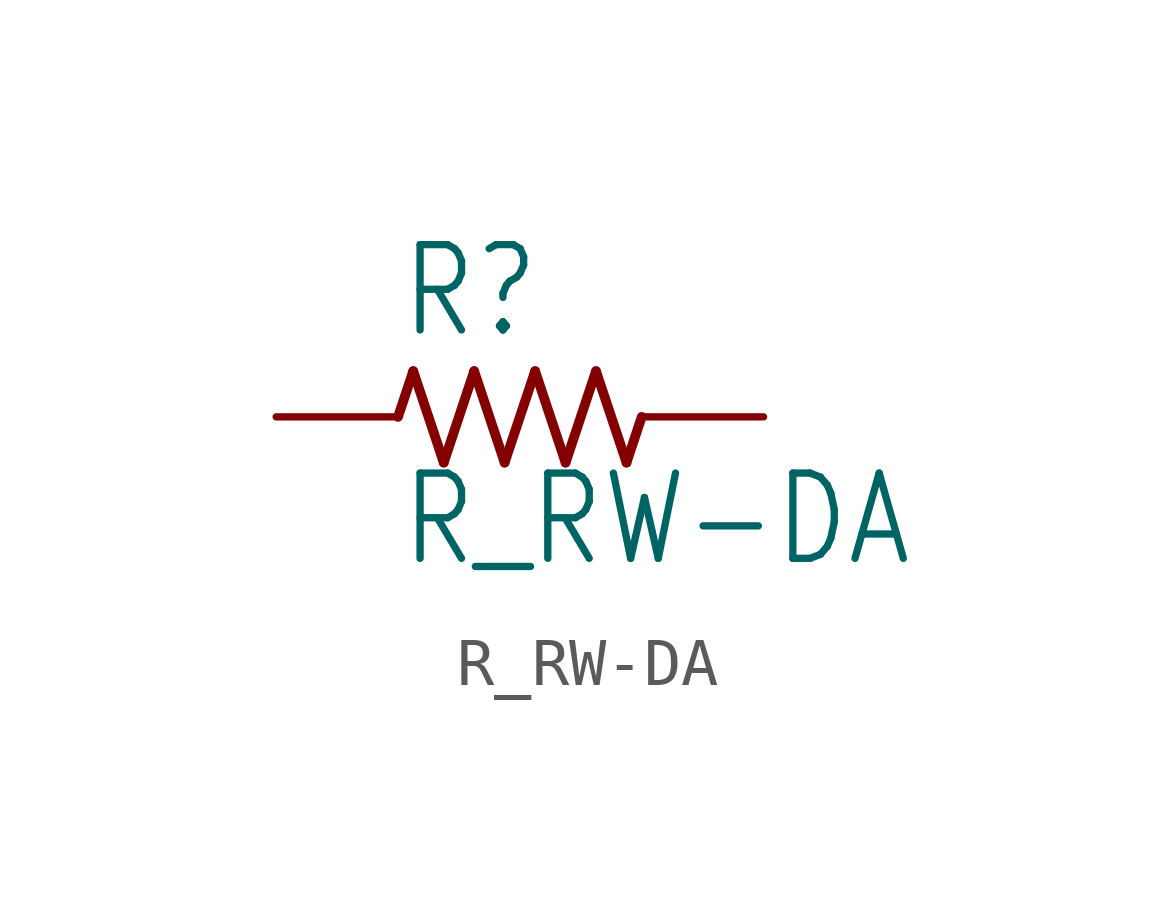
<source format=kicad_sym>
(kicad_symbol_lib
  (version 20211014)
  (generator kicad_symbol_editor)
  (symbol "R_RW-DA"
    (property "Reference" "R"
      (at -2.54 1.587 0)
      (effects (font (size 1.778 1.511)) (justify left bottom)))
    (property "Value" "R_RW-DA"
      (at -2.54 -3.175 0)
      (effects (font (size 1.778 1.511)) (justify left bottom)))
    (property "ki_locked" ""
      (at 0 0 0)
      (effects (font (size 1.27 1.27))))
    (symbol "R_RW-DA_1_0"
      (polyline (pts (xy -2.54 0) (xy -2.223 0.953)) (stroke (width 0.203) (type default) (color 0 0 0 0)) (fill (type none)))
      (polyline (pts (xy -2.223 0.953) (xy -1.587 -0.953)) (stroke (width 0.203) (type default) (color 0 0 0 0)) (fill (type none)))
      (polyline (pts (xy -1.587 -0.953) (xy -0.953 0.953)) (stroke (width 0.203) (type default) (color 0 0 0 0)) (fill (type none)))
      (polyline (pts (xy -0.953 0.953) (xy -0.318 -0.953)) (stroke (width 0.203) (type default) (color 0 0 0 0)) (fill (type none)))
      (polyline (pts (xy -0.318 -0.953) (xy 0.318 0.953)) (stroke (width 0.203) (type default) (color 0 0 0 0)) (fill (type none)))
      (polyline (pts (xy 0.318 0.953) (xy 0.953 -0.953)) (stroke (width 0.203) (type default) (color 0 0 0 0)) (fill (type none)))
      (polyline (pts (xy 0.953 -0.953) (xy 1.587 0.953)) (stroke (width 0.203) (type default) (color 0 0 0 0)) (fill (type none)))
      (polyline (pts (xy 1.587 0.953) (xy 2.223 -0.953)) (stroke (width 0.203) (type default) (color 0 0 0 0)) (fill (type none)))
      (polyline (pts (xy 2.223 -0.953) (xy 2.54 0)) (stroke (width 0.203) (type default) (color 0 0 0 0)) (fill (type none)))
      (pin passive line (at -5.08 0 0) (length 2.54) (name "1" (effects (font (size 0 0)))) (number "1" (effects (font (size 0 0)))))
      (pin passive line (at 5.08 0 180) (length 2.54) (name "2" (effects (font (size 0 0)))) (number "2" (effects (font (size 0 0))))))))
</source>
